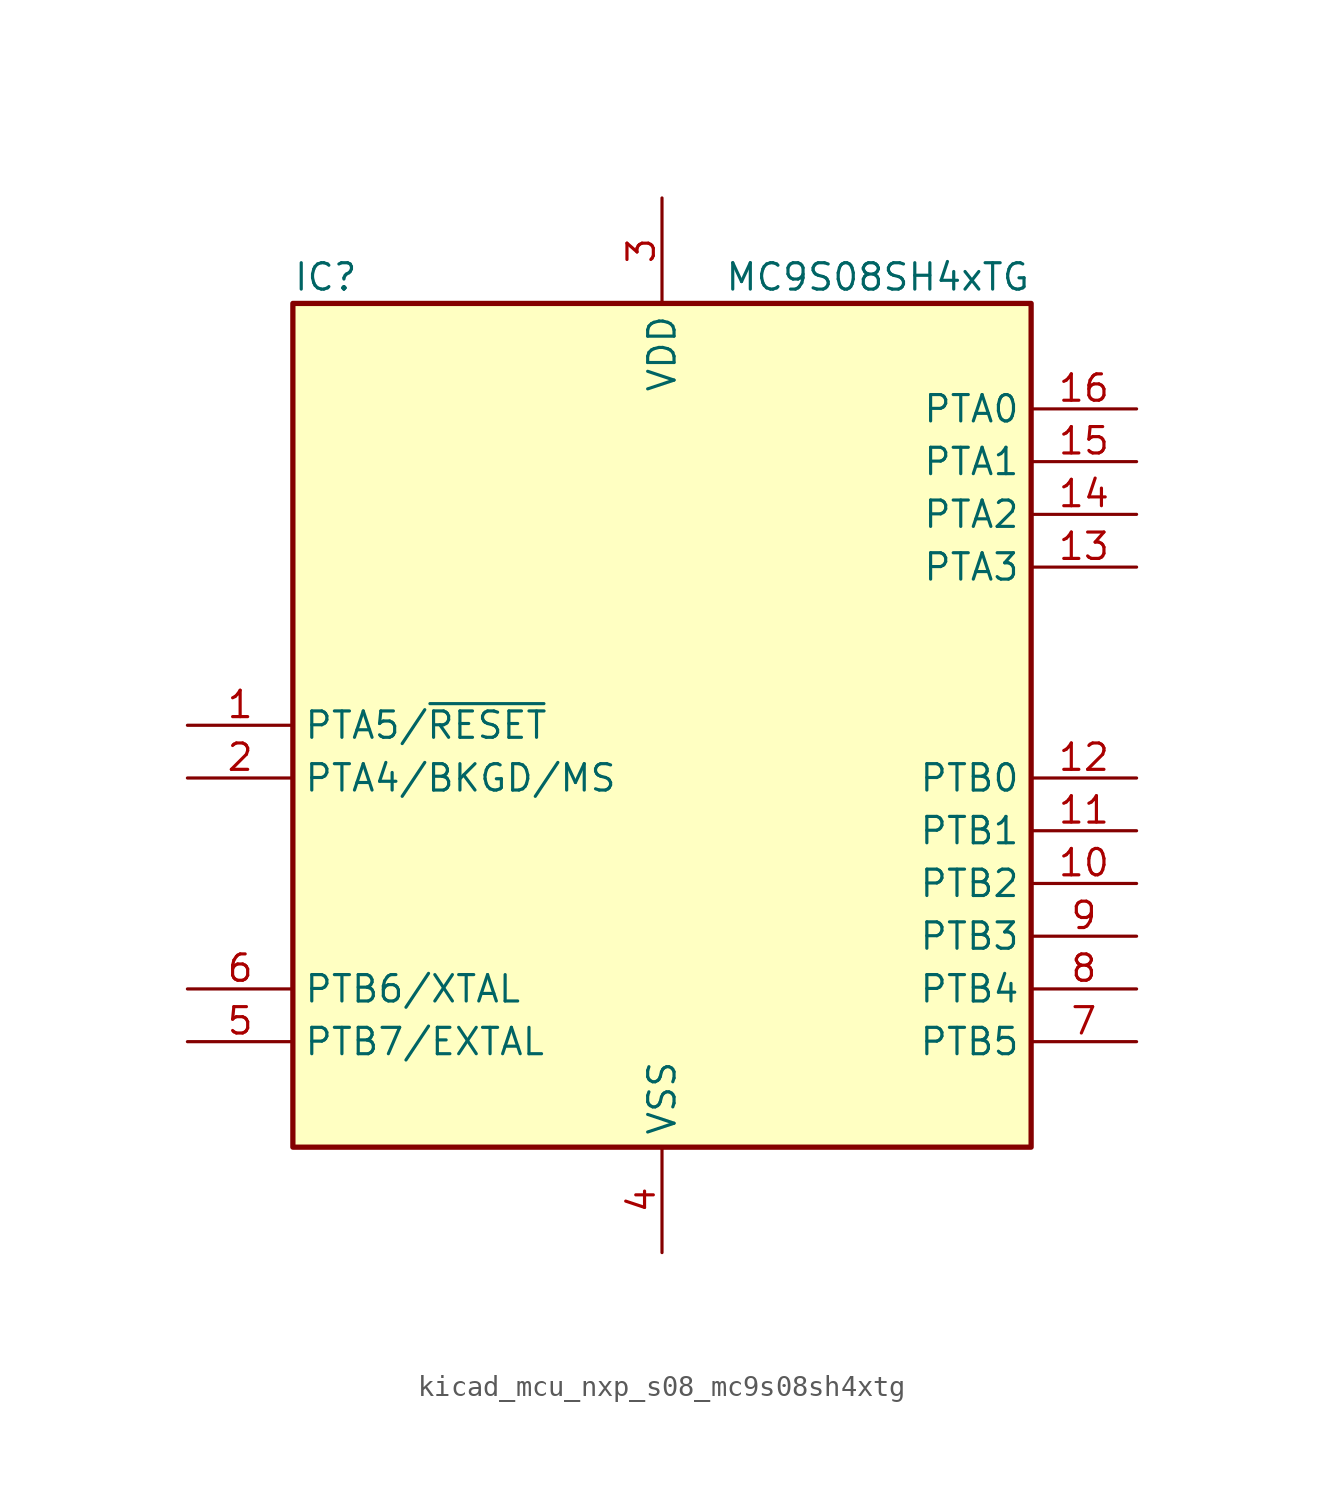
<source format=kicad_sym>
(kicad_symbol_lib
  (version 20220914)
  (generator kicad_symbol_editor)
  (symbol "kicad_mcu_nxp_s08_mc9s08sh4xtg"
    (property "Reference" "IC"
      (at -17.78 21.59 0)
      (effects (font (size 1.27 1.27)) (justify left)))
    (property "Value" "MC9S08SH4xTG"
      (at 17.78 21.59 0)
      (effects (font (size 1.27 1.27)) (justify right)))
    (symbol "kicad_mcu_nxp_s08_mc9s08sh4xtg_0_1"
      (rectangle (start -17.78 20.32) (end 17.78 -20.32) (stroke (width 0.254) (type default)) (fill (type background))))
    (symbol "kicad_mcu_nxp_s08_mc9s08sh4xtg_1_1"
      (pin bidirectional line (at -22.86 0 0) (length 5.08) (name "PTA5/~{RESET}" (effects (font (size 1.27 1.27)))) (number "1" (effects (font (size 1.27 1.27)))))
      (pin bidirectional line (at 22.86 -7.62 180) (length 5.08) (name "PTB2" (effects (font (size 1.27 1.27)))) (number "10" (effects (font (size 1.27 1.27)))))
      (pin bidirectional line (at 22.86 -5.08 180) (length 5.08) (name "PTB1" (effects (font (size 1.27 1.27)))) (number "11" (effects (font (size 1.27 1.27)))))
      (pin bidirectional line (at 22.86 -2.54 180) (length 5.08) (name "PTB0" (effects (font (size 1.27 1.27)))) (number "12" (effects (font (size 1.27 1.27)))))
      (pin bidirectional line (at 22.86 7.62 180) (length 5.08) (name "PTA3" (effects (font (size 1.27 1.27)))) (number "13" (effects (font (size 1.27 1.27)))))
      (pin bidirectional line (at 22.86 10.16 180) (length 5.08) (name "PTA2" (effects (font (size 1.27 1.27)))) (number "14" (effects (font (size 1.27 1.27)))))
      (pin bidirectional line (at 22.86 12.7 180) (length 5.08) (name "PTA1" (effects (font (size 1.27 1.27)))) (number "15" (effects (font (size 1.27 1.27)))))
      (pin bidirectional line (at 22.86 15.24 180) (length 5.08) (name "PTA0" (effects (font (size 1.27 1.27)))) (number "16" (effects (font (size 1.27 1.27)))))
      (pin bidirectional line (at -22.86 -2.54 0) (length 5.08) (name "PTA4/BKGD/MS" (effects (font (size 1.27 1.27)))) (number "2" (effects (font (size 1.27 1.27)))))
      (pin power_in line (at 0 25.4 270) (length 5.08) (name "VDD" (effects (font (size 1.27 1.27)))) (number "3" (effects (font (size 1.27 1.27)))))
      (pin power_in line (at 0 -25.4 90) (length 5.08) (name "VSS" (effects (font (size 1.27 1.27)))) (number "4" (effects (font (size 1.27 1.27)))))
      (pin bidirectional line (at -22.86 -15.24 0) (length 5.08) (name "PTB7/EXTAL" (effects (font (size 1.27 1.27)))) (number "5" (effects (font (size 1.27 1.27)))))
      (pin bidirectional line (at -22.86 -12.7 0) (length 5.08) (name "PTB6/XTAL" (effects (font (size 1.27 1.27)))) (number "6" (effects (font (size 1.27 1.27)))))
      (pin bidirectional line (at 22.86 -15.24 180) (length 5.08) (name "PTB5" (effects (font (size 1.27 1.27)))) (number "7" (effects (font (size 1.27 1.27)))))
      (pin bidirectional line (at 22.86 -12.7 180) (length 5.08) (name "PTB4" (effects (font (size 1.27 1.27)))) (number "8" (effects (font (size 1.27 1.27)))))
      (pin bidirectional line (at 22.86 -10.16 180) (length 5.08) (name "PTB3" (effects (font (size 1.27 1.27)))) (number "9" (effects (font (size 1.27 1.27))))))))
</source>
